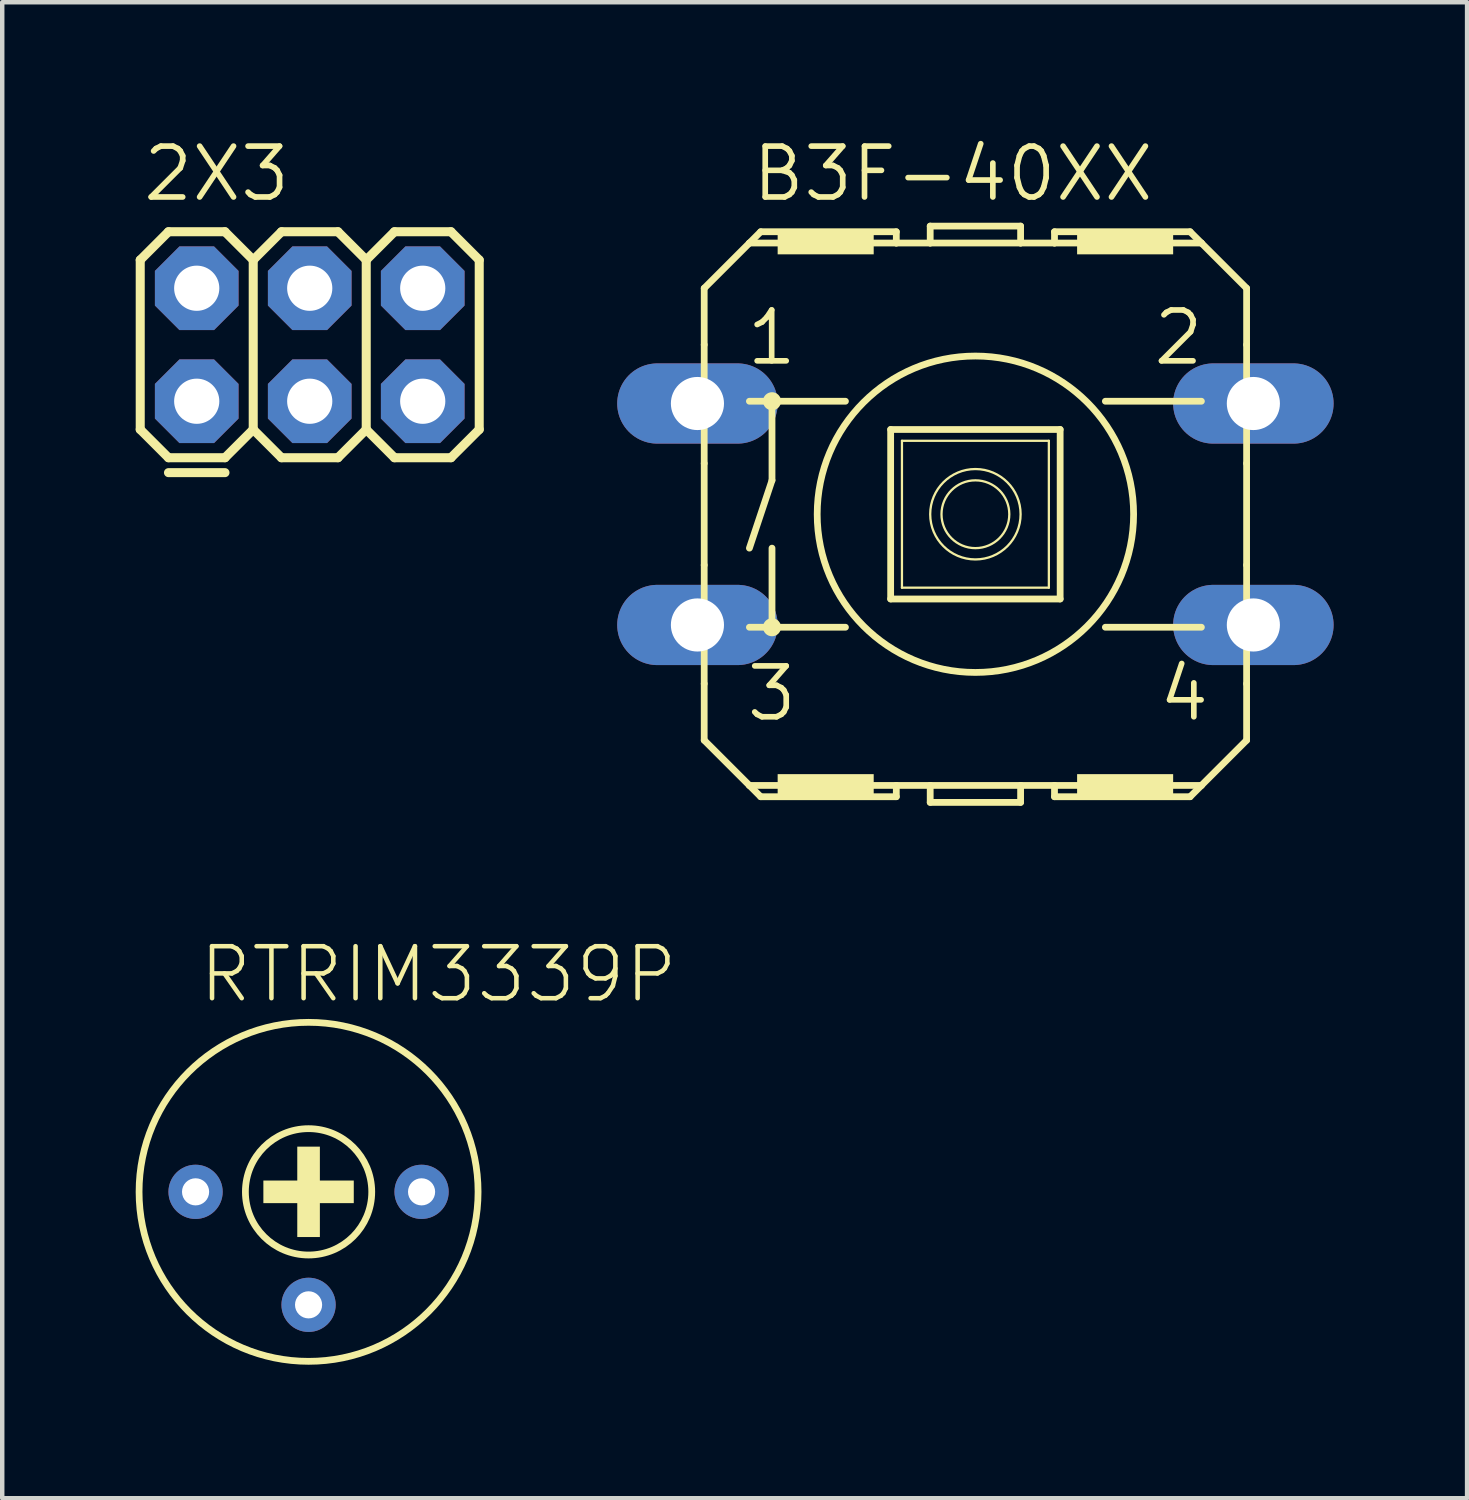
<source format=kicad_pcb>
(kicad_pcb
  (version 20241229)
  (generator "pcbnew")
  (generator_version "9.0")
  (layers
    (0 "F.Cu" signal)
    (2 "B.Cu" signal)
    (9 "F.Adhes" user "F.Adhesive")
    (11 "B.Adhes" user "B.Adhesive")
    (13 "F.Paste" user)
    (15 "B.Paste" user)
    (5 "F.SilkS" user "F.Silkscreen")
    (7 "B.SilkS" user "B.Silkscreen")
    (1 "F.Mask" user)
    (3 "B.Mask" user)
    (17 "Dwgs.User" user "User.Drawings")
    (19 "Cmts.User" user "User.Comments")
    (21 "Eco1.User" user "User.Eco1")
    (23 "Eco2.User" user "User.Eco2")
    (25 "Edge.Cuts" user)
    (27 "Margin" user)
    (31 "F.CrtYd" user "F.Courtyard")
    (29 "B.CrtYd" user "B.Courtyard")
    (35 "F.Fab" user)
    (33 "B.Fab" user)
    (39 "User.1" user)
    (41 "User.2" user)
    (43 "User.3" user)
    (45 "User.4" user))
  (footprint "2X3"
    (layer "F.Cu")
    (at 1.372 5.969)
    (property "Reference" "2X3" (at -1.27 -4.445 0) (unlocked yes) (layer "F.SilkS") (effects (font (size 1.143 1.143) (thickness 0.127)) (justify left bottom)))
    (fp_line (start -1.27 -3.175) (end -0.635 -3.81) (stroke (width 0.203) (type solid)) (layer "F.SilkS"))
    (fp_line (start -1.27 0.635) (end -1.27 -3.175) (stroke (width 0.203) (type solid)) (layer "F.SilkS"))
    (fp_line (start -1.27 0.635) (end -0.635 1.27) (stroke (width 0.203) (type solid)) (layer "F.SilkS"))
    (fp_line (start -0.635 -3.81) (end 0.635 -3.81) (stroke (width 0.203) (type solid)) (layer "F.SilkS"))
    (fp_line (start -0.635 1.27) (end 0.635 1.27) (stroke (width 0.203) (type solid)) (layer "F.SilkS"))
    (fp_line (start 0.635 -3.81) (end 1.27 -3.175) (stroke (width 0.203) (type solid)) (layer "F.SilkS"))
    (fp_line (start 0.635 1.27) (end 1.27 0.635) (stroke (width 0.203) (type solid)) (layer "F.SilkS"))
    (fp_line (start 0.635 1.605) (end -0.635 1.605) (stroke (width 0.203) (type solid)) (layer "F.SilkS"))
    (fp_line (start 1.27 -3.175) (end 1.27 0.635) (stroke (width 0.203) (type solid)) (layer "F.SilkS"))
    (fp_line (start 1.27 -3.175) (end 1.905 -3.81) (stroke (width 0.203) (type solid)) (layer "F.SilkS"))
    (fp_line (start 1.27 0.635) (end 1.905 1.27) (stroke (width 0.203) (type solid)) (layer "F.SilkS"))
    (fp_line (start 1.905 -3.81) (end 3.175 -3.81) (stroke (width 0.203) (type solid)) (layer "F.SilkS"))
    (fp_line (start 1.905 1.27) (end 3.175 1.27) (stroke (width 0.203) (type solid)) (layer "F.SilkS"))
    (fp_line (start 3.175 -3.81) (end 3.81 -3.175) (stroke (width 0.203) (type solid)) (layer "F.SilkS"))
    (fp_line (start 3.175 1.27) (end 3.81 0.635) (stroke (width 0.203) (type solid)) (layer "F.SilkS"))
    (fp_line (start 3.81 -3.175) (end 3.81 0.635) (stroke (width 0.203) (type solid)) (layer "F.SilkS"))
    (fp_line (start 3.81 -3.175) (end 4.445 -3.81) (stroke (width 0.203) (type solid)) (layer "F.SilkS"))
    (fp_line (start 3.81 0.635) (end 4.445 1.27) (stroke (width 0.203) (type solid)) (layer "F.SilkS"))
    (fp_line (start 4.445 -3.81) (end 5.715 -3.81) (stroke (width 0.203) (type solid)) (layer "F.SilkS"))
    (fp_line (start 4.445 1.27) (end 5.715 1.27) (stroke (width 0.203) (type solid)) (layer "F.SilkS"))
    (fp_line (start 5.715 -3.81) (end 6.35 -3.175) (stroke (width 0.203) (type solid)) (layer "F.SilkS"))
    (fp_line (start 5.715 1.27) (end 6.35 0.635) (stroke (width 0.203) (type solid)) (layer "F.SilkS"))
    (fp_line (start 6.35 -3.175) (end 6.35 0.635) (stroke (width 0.203) (type solid)) (layer "F.SilkS"))
    (fp_poly (pts (xy -0.254 -2.286) (xy 0.254 -2.286) (xy 0.254 -2.794) (xy -0.254 -2.794)) (stroke (width 0) (type default)) (fill yes) (layer "F.SilkS"))
    (fp_poly (pts (xy -0.254 0.254) (xy 0.254 0.254) (xy 0.254 -0.254) (xy -0.254 -0.254)) (stroke (width 0) (type default)) (fill yes) (layer "F.SilkS"))
    (fp_poly (pts (xy 2.286 -2.286) (xy 2.794 -2.286) (xy 2.794 -2.794) (xy 2.286 -2.794)) (stroke (width 0) (type default)) (fill yes) (layer "F.SilkS"))
    (fp_poly (pts (xy 2.286 0.254) (xy 2.794 0.254) (xy 2.794 -0.254) (xy 2.286 -0.254)) (stroke (width 0) (type default)) (fill yes) (layer "F.SilkS"))
    (fp_poly (pts (xy 4.826 -2.286) (xy 5.334 -2.286) (xy 5.334 -2.794) (xy 4.826 -2.794)) (stroke (width 0) (type default)) (fill yes) (layer "F.SilkS"))
    (fp_poly (pts (xy 4.826 0.254) (xy 5.334 0.254) (xy 5.334 -0.254) (xy 4.826 -0.254)) (stroke (width 0) (type default)) (fill yes) (layer "F.SilkS"))
    (pad "1" thru_hole roundrect (at 0 0) (size 1.88 1.88) (drill 1.016) (layers "*.Cu" "*.Mask") (roundrect_rratio 0.25) (chamfer_ratio 0.293) (chamfer top_left top_right bottom_left bottom_right))
    (pad "2" thru_hole roundrect (at 0 -2.54) (size 1.88 1.88) (drill 1.016) (layers "*.Cu" "*.Mask") (roundrect_rratio 0.25) (chamfer_ratio 0.293) (chamfer top_left top_right bottom_left bottom_right))
    (pad "3" thru_hole roundrect (at 2.54 0) (size 1.88 1.88) (drill 1.016) (layers "*.Cu" "*.Mask") (roundrect_rratio 0.25) (chamfer_ratio 0.293) (chamfer top_left top_right bottom_left bottom_right))
    (pad "4" thru_hole roundrect (at 2.54 -2.54) (size 1.88 1.88) (drill 1.016) (layers "*.Cu" "*.Mask") (roundrect_rratio 0.25) (chamfer_ratio 0.293) (chamfer top_left top_right bottom_left bottom_right))
    (pad "5" thru_hole roundrect (at 5.08 0) (size 1.88 1.88) (drill 1.016) (layers "*.Cu" "*.Mask") (roundrect_rratio 0.25) (chamfer_ratio 0.293) (chamfer top_left top_right bottom_left bottom_right))
    (pad "6" thru_hole roundrect (at 5.08 -2.54) (size 1.88 1.88) (drill 1.016) (layers "*.Cu" "*.Mask") (roundrect_rratio 0.25) (chamfer_ratio 0.293) (chamfer top_left top_right bottom_left bottom_right)))
  (footprint "RTRIM3339P"
    (layer "F.Cu")
    (at 3.886 23.74)
    (property "Reference" "RTRIM3339P" (at -2.515 -4.205 0) (unlocked yes) (layer "F.SilkS") (effects (font (size 1.168 1.168) (thickness 0.102)) (justify left bottom)))
    (fp_circle (center 0 0) (end 1.42 0) (stroke (width 0.152) (type solid)) (fill no) (layer "F.SilkS"))
    (fp_circle (center 0 0) (end 3.81 0) (stroke (width 0.152) (type solid)) (fill no) (layer "F.SilkS"))
    (fp_poly (pts (xy -1.016 0.254) (xy 1.016 0.254) (xy 1.016 -0.254) (xy -1.016 -0.254)) (stroke (width 0) (type default)) (fill yes) (layer "F.SilkS"))
    (fp_poly (pts (xy -0.254 1.016) (xy 0.254 1.016) (xy 0.254 -1.016) (xy -0.254 -1.016)) (stroke (width 0) (type default)) (fill yes) (layer "F.SilkS"))
    (pad "1" thru_hole circle (at -2.54 0) (size 1.219 1.219) (drill 0.61) (layers "*.Cu" "*.Mask"))
    (pad "2" thru_hole circle (at 0 2.54) (size 1.219 1.219) (drill 0.61) (layers "*.Cu" "*.Mask"))
    (pad "3" thru_hole circle (at 2.54 0) (size 1.219 1.219) (drill 0.61) (layers "*.Cu" "*.Mask")))
  (footprint "B3F-40XX"
    (layer "F.Cu")
    (at 18.875 8.509)
    (property "Reference" "B3F-40XX" (at -5.08 -6.985 0) (unlocked yes) (layer "F.SilkS") (effects (font (size 1.143 1.143) (thickness 0.127)) (justify left bottom)))
    (fp_line (start -6.096 -5.08) (end -6.096 -3.81) (stroke (width 0.152) (type solid)) (layer "F.SilkS"))
    (fp_line (start -6.096 -1.143) (end -6.096 -3.81) (stroke (width 0.152) (type solid)) (layer "F.SilkS"))
    (fp_line (start -6.096 -1.143) (end -6.096 1.143) (stroke (width 0.152) (type solid)) (layer "F.SilkS"))
    (fp_line (start -6.096 3.81) (end -6.096 1.143) (stroke (width 0.152) (type solid)) (layer "F.SilkS"))
    (fp_line (start -6.096 3.81) (end -6.096 5.08) (stroke (width 0.152) (type solid)) (layer "F.SilkS"))
    (fp_line (start -6.096 5.08) (end -5.08 6.096) (stroke (width 0.152) (type solid)) (layer "F.SilkS"))
    (fp_line (start -5.08 -6.096) (end -6.096 -5.08) (stroke (width 0.152) (type solid)) (layer "F.SilkS"))
    (fp_line (start -5.08 -6.096) (end -4.826 -6.35) (stroke (width 0.152) (type solid)) (layer "F.SilkS"))
    (fp_line (start -5.08 -6.096) (end -1.778 -6.096) (stroke (width 0.152) (type solid)) (layer "F.SilkS"))
    (fp_line (start -5.08 -2.54) (end -4.572 -2.54) (stroke (width 0.152) (type solid)) (layer "F.SilkS"))
    (fp_line (start -5.08 2.54) (end -4.572 2.54) (stroke (width 0.152) (type solid)) (layer "F.SilkS"))
    (fp_line (start -5.08 6.096) (end -1.778 6.096) (stroke (width 0.152) (type solid)) (layer "F.SilkS"))
    (fp_line (start -4.826 6.35) (end -5.08 6.096) (stroke (width 0.152) (type solid)) (layer "F.SilkS"))
    (fp_line (start -4.572 -2.54) (end -4.572 -0.762) (stroke (width 0.152) (type solid)) (layer "F.SilkS"))
    (fp_line (start -4.572 -2.54) (end -2.921 -2.54) (stroke (width 0.152) (type solid)) (layer "F.SilkS"))
    (fp_line (start -4.572 -0.762) (end -5.08 0.762) (stroke (width 0.152) (type solid)) (layer "F.SilkS"))
    (fp_line (start -4.572 0.762) (end -4.572 2.54) (stroke (width 0.152) (type solid)) (layer "F.SilkS"))
    (fp_line (start -4.572 2.54) (end -2.921 2.54) (stroke (width 0.152) (type solid)) (layer "F.SilkS"))
    (fp_line (start -1.905 -1.905) (end -1.905 1.905) (stroke (width 0.152) (type solid)) (layer "F.SilkS"))
    (fp_line (start -1.905 -1.905) (end 1.905 -1.905) (stroke (width 0.152) (type solid)) (layer "F.SilkS"))
    (fp_line (start -1.778 -6.35) (end -4.826 -6.35) (stroke (width 0.152) (type solid)) (layer "F.SilkS"))
    (fp_line (start -1.778 -6.35) (end -1.778 -6.096) (stroke (width 0.152) (type solid)) (layer "F.SilkS"))
    (fp_line (start -1.778 -6.096) (end -1.016 -6.096) (stroke (width 0.152) (type solid)) (layer "F.SilkS"))
    (fp_line (start -1.778 6.096) (end -1.778 6.35) (stroke (width 0.152) (type solid)) (layer "F.SilkS"))
    (fp_line (start -1.778 6.096) (end -1.016 6.096) (stroke (width 0.152) (type solid)) (layer "F.SilkS"))
    (fp_line (start -1.778 6.35) (end -4.826 6.35) (stroke (width 0.152) (type solid)) (layer "F.SilkS"))
    (fp_line (start -1.651 -1.651) (end -1.651 1.651) (stroke (width 0.051) (type solid)) (layer "F.SilkS"))
    (fp_line (start -1.651 -1.651) (end 1.651 -1.651) (stroke (width 0.051) (type solid)) (layer "F.SilkS"))
    (fp_line (start -1.016 -6.477) (end 1.016 -6.477) (stroke (width 0.152) (type solid)) (layer "F.SilkS"))
    (fp_line (start -1.016 -6.096) (end -1.016 -6.477) (stroke (width 0.152) (type solid)) (layer "F.SilkS"))
    (fp_line (start -1.016 -6.096) (end 1.016 -6.096) (stroke (width 0.152) (type solid)) (layer "F.SilkS"))
    (fp_line (start -1.016 6.096) (end 1.016 6.096) (stroke (width 0.152) (type solid)) (layer "F.SilkS"))
    (fp_line (start -1.016 6.477) (end -1.016 6.096) (stroke (width 0.152) (type solid)) (layer "F.SilkS"))
    (fp_line (start -1.016 6.477) (end 1.016 6.477) (stroke (width 0.152) (type solid)) (layer "F.SilkS"))
    (fp_line (start 1.016 -6.477) (end 1.016 -6.096) (stroke (width 0.152) (type solid)) (layer "F.SilkS"))
    (fp_line (start 1.016 6.096) (end 1.016 6.477) (stroke (width 0.152) (type solid)) (layer "F.SilkS"))
    (fp_line (start 1.016 6.096) (end 1.778 6.096) (stroke (width 0.152) (type solid)) (layer "F.SilkS"))
    (fp_line (start 1.651 1.651) (end -1.651 1.651) (stroke (width 0.051) (type solid)) (layer "F.SilkS"))
    (fp_line (start 1.651 1.651) (end 1.651 -1.651) (stroke (width 0.051) (type solid)) (layer "F.SilkS"))
    (fp_line (start 1.778 -6.35) (end 1.778 -6.096) (stroke (width 0.152) (type solid)) (layer "F.SilkS"))
    (fp_line (start 1.778 -6.096) (end 1.016 -6.096) (stroke (width 0.152) (type solid)) (layer "F.SilkS"))
    (fp_line (start 1.778 6.096) (end 1.778 6.35) (stroke (width 0.152) (type solid)) (layer "F.SilkS"))
    (fp_line (start 1.778 6.096) (end 5.08 6.096) (stroke (width 0.152) (type solid)) (layer "F.SilkS"))
    (fp_line (start 1.905 1.905) (end -1.905 1.905) (stroke (width 0.152) (type solid)) (layer "F.SilkS"))
    (fp_line (start 1.905 1.905) (end 1.905 -1.905) (stroke (width 0.152) (type solid)) (layer "F.SilkS"))
    (fp_line (start 2.921 -2.54) (end 5.08 -2.54) (stroke (width 0.152) (type solid)) (layer "F.SilkS"))
    (fp_line (start 2.921 2.54) (end 5.08 2.54) (stroke (width 0.152) (type solid)) (layer "F.SilkS"))
    (fp_line (start 4.826 -6.35) (end 1.778 -6.35) (stroke (width 0.152) (type solid)) (layer "F.SilkS"))
    (fp_line (start 4.826 6.35) (end 1.778 6.35) (stroke (width 0.152) (type solid)) (layer "F.SilkS"))
    (fp_line (start 5.08 -6.096) (end 1.778 -6.096) (stroke (width 0.152) (type solid)) (layer "F.SilkS"))
    (fp_line (start 5.08 -6.096) (end 4.826 -6.35) (stroke (width 0.152) (type solid)) (layer "F.SilkS"))
    (fp_line (start 5.08 6.096) (end 4.826 6.35) (stroke (width 0.152) (type solid)) (layer "F.SilkS"))
    (fp_line (start 5.08 6.096) (end 6.096 5.08) (stroke (width 0.152) (type solid)) (layer "F.SilkS"))
    (fp_line (start 6.096 -5.08) (end 5.08 -6.096) (stroke (width 0.152) (type solid)) (layer "F.SilkS"))
    (fp_line (start 6.096 -5.08) (end 6.096 -3.81) (stroke (width 0.152) (type solid)) (layer "F.SilkS"))
    (fp_line (start 6.096 -1.143) (end 6.096 -3.81) (stroke (width 0.152) (type solid)) (layer "F.SilkS"))
    (fp_line (start 6.096 -1.143) (end 6.096 1.143) (stroke (width 0.152) (type solid)) (layer "F.SilkS"))
    (fp_line (start 6.096 3.81) (end 6.096 1.143) (stroke (width 0.152) (type solid)) (layer "F.SilkS"))
    (fp_line (start 6.096 5.08) (end 6.096 3.81) (stroke (width 0.152) (type solid)) (layer "F.SilkS"))
    (fp_circle (center -4.572 -2.54) (end -4.445 -2.54) (stroke (width 0.152) (type solid)) (fill no) (layer "F.SilkS"))
    (fp_circle (center -4.572 2.54) (end -4.445 2.54) (stroke (width 0.152) (type solid)) (fill no) (layer "F.SilkS"))
    (fp_circle (center 0 0) (end 0.762 0) (stroke (width 0.051) (type solid)) (fill no) (layer "F.SilkS"))
    (fp_circle (center 0 0) (end 1.016 0) (stroke (width 0.051) (type solid)) (fill no) (layer "F.SilkS"))
    (fp_circle (center 0 0) (end 3.556 0) (stroke (width 0.152) (type solid)) (fill no) (layer "F.SilkS"))
    (fp_poly (pts (xy -6.604 -2.032) (xy -6.096 -2.032) (xy -6.096 -2.921) (xy -6.604 -2.921)) (stroke (width 0) (type default)) (fill yes) (layer "F.SilkS"))
    (fp_poly (pts (xy -6.604 2.921) (xy -6.096 2.921) (xy -6.096 2.032) (xy -6.604 2.032)) (stroke (width 0) (type default)) (fill yes) (layer "F.SilkS"))
    (fp_poly (pts (xy -4.445 -5.842) (xy -2.286 -5.842) (xy -2.286 -6.35) (xy -4.445 -6.35)) (stroke (width 0) (type default)) (fill yes) (layer "F.SilkS"))
    (fp_poly (pts (xy -4.445 6.35) (xy -2.286 6.35) (xy -2.286 5.842) (xy -4.445 5.842)) (stroke (width 0) (type default)) (fill yes) (layer "F.SilkS"))
    (fp_poly (pts (xy 2.286 -5.842) (xy 4.445 -5.842) (xy 4.445 -6.35) (xy 2.286 -6.35)) (stroke (width 0) (type default)) (fill yes) (layer "F.SilkS"))
    (fp_poly (pts (xy 2.286 6.35) (xy 4.445 6.35) (xy 4.445 5.842) (xy 2.286 5.842)) (stroke (width 0) (type default)) (fill yes) (layer "F.SilkS"))
    (fp_poly (pts (xy 6.096 -2.032) (xy 6.604 -2.032) (xy 6.604 -2.921) (xy 6.096 -2.921)) (stroke (width 0) (type default)) (fill yes) (layer "F.SilkS"))
    (fp_poly (pts (xy 6.096 2.921) (xy 6.604 2.921) (xy 6.604 2.032) (xy 6.096 2.032)) (stroke (width 0) (type default)) (fill yes) (layer "F.SilkS"))
    (fp_text user "2" (at 3.937 -3.302 0) (unlocked yes) (layer "F.SilkS") (effects (font (size 1.143 1.143) (thickness 0.127)) (justify left bottom)))
    (fp_text user "3" (at -5.207 4.699 0) (unlocked yes) (layer "F.SilkS") (effects (font (size 1.143 1.143) (thickness 0.127)) (justify left bottom)))
    (fp_text user "4" (at 4.064 4.699 0) (unlocked yes) (layer "F.SilkS") (effects (font (size 1.143 1.143) (thickness 0.127)) (justify left bottom)))
    (fp_text user "1" (at -5.207 -3.302 0) (unlocked yes) (layer "F.SilkS") (effects (font (size 1.143 1.143) (thickness 0.127)) (justify left bottom)))
    (pad "1" thru_hole oval (at -6.248 -2.489) (size 3.607 1.803) (drill 1.194) (layers "*.Cu" "*.Mask"))
    (pad "2" thru_hole oval (at 6.248 -2.489) (size 3.607 1.803) (drill 1.194) (layers "*.Cu" "*.Mask"))
    (pad "3" thru_hole oval (at -6.248 2.489) (size 3.607 1.803) (drill 1.194) (layers "*.Cu" "*.Mask"))
    (pad "4" thru_hole oval (at 6.248 2.489) (size 3.607 1.803) (drill 1.194) (layers "*.Cu" "*.Mask")))
  (gr_rect
    (start -3 -3)
    (end 29.927 30.627)
    (stroke (width 0.1) (type default))
    (fill no)
    (layer "Edge.Cuts")))
</source>
